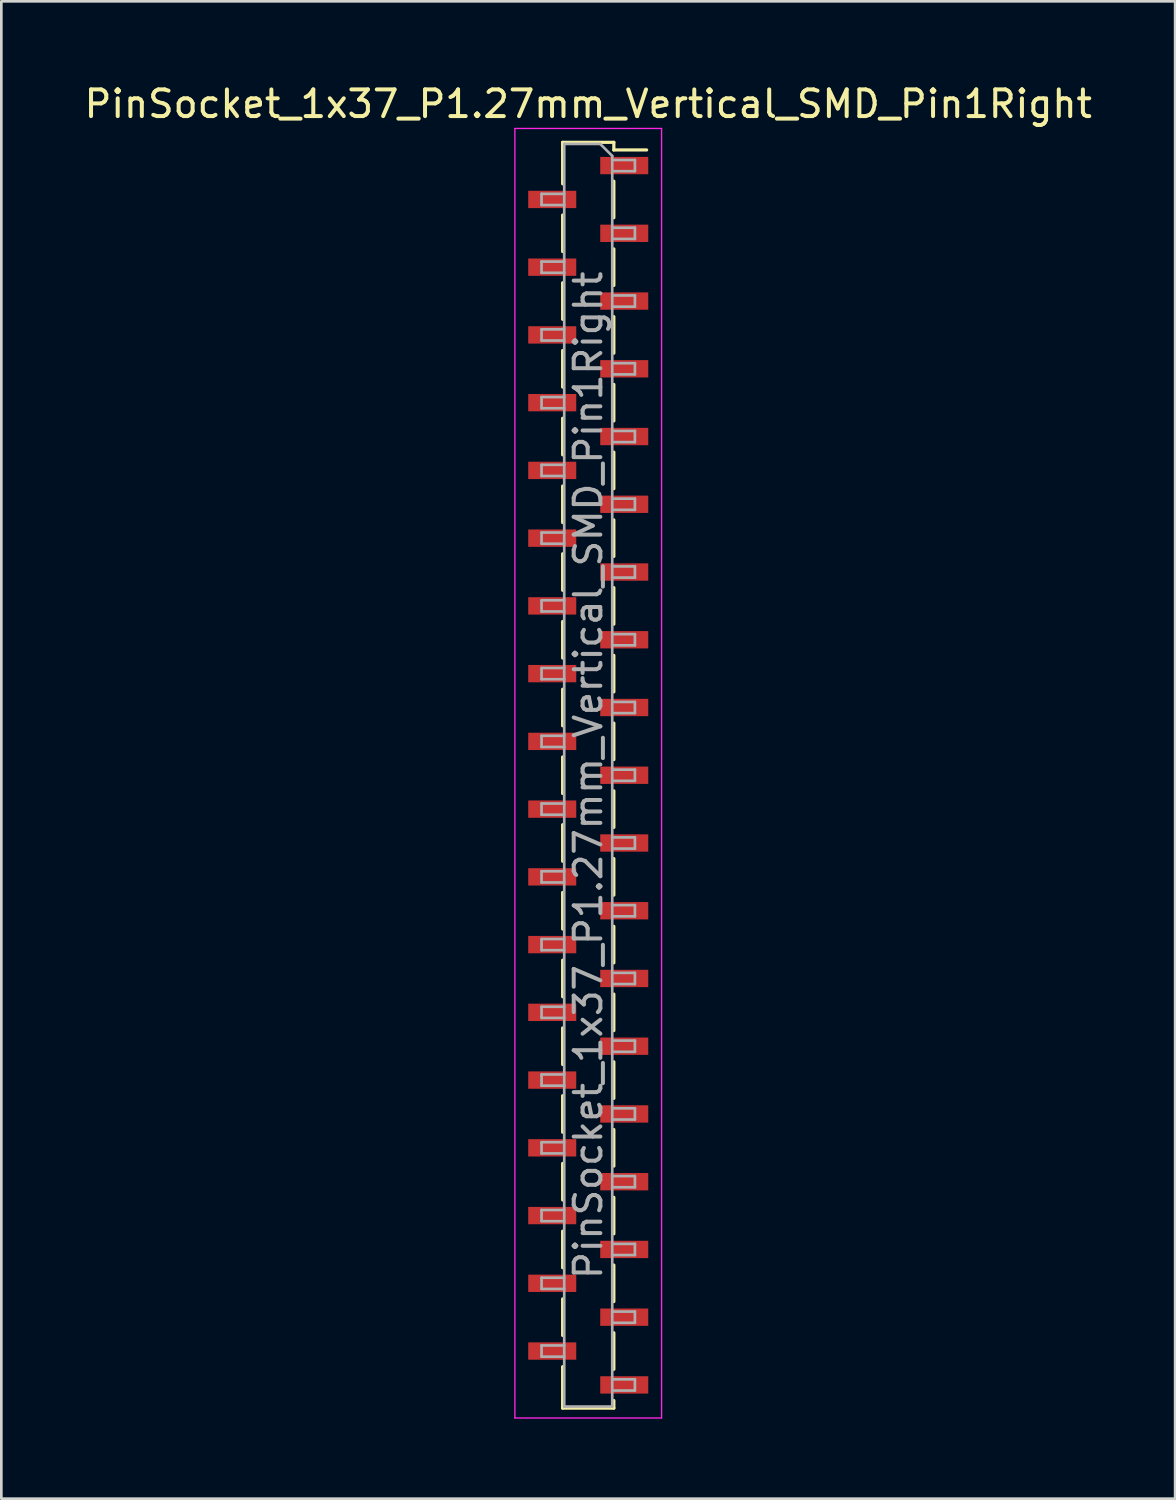
<source format=kicad_pcb>
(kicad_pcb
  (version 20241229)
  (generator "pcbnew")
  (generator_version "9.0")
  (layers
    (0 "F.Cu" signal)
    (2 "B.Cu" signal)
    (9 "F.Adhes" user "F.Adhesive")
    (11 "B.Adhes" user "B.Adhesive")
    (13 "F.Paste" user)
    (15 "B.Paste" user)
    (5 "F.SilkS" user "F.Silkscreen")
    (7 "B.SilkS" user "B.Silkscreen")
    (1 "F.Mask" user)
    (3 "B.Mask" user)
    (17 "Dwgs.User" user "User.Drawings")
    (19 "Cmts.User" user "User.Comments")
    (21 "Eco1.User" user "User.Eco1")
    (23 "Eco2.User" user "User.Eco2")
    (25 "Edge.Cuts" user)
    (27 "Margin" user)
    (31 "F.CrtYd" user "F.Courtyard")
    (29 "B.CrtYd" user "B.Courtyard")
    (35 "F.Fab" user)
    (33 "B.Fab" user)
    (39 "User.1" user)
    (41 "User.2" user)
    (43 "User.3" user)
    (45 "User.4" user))
  (footprint "PinSocket_1x37_P1.27mm_Vertical_SMD_Pin1Right"
    (layer "F.Cu")
    (at 19.006 26.018)
    (property "Reference" "PinSocket_1x37_P1.27mm_Vertical_SMD_Pin1Right" (at 0 -25.17 0) (layer "F.SilkS") (effects (font (size 1 1) (thickness 0.15))))
    (attr smd)
    (fp_line (start -0.96 -23.73) (end -0.96 -22.175) (stroke (width 0.12) (type solid)) (layer "F.SilkS"))
    (fp_line (start -0.96 -23.73) (end 0.96 -23.73) (stroke (width 0.12) (type solid)) (layer "F.SilkS"))
    (fp_line (start -0.96 -21.005) (end -0.96 -19.635) (stroke (width 0.12) (type solid)) (layer "F.SilkS"))
    (fp_line (start -0.96 -18.465) (end -0.96 -17.095) (stroke (width 0.12) (type solid)) (layer "F.SilkS"))
    (fp_line (start -0.96 -15.925) (end -0.96 -14.555) (stroke (width 0.12) (type solid)) (layer "F.SilkS"))
    (fp_line (start -0.96 -13.385) (end -0.96 -12.015) (stroke (width 0.12) (type solid)) (layer "F.SilkS"))
    (fp_line (start -0.96 -10.845) (end -0.96 -9.475) (stroke (width 0.12) (type solid)) (layer "F.SilkS"))
    (fp_line (start -0.96 -8.305) (end -0.96 -6.935) (stroke (width 0.12) (type solid)) (layer "F.SilkS"))
    (fp_line (start -0.96 -5.765) (end -0.96 -4.395) (stroke (width 0.12) (type solid)) (layer "F.SilkS"))
    (fp_line (start -0.96 -3.225) (end -0.96 -1.855) (stroke (width 0.12) (type solid)) (layer "F.SilkS"))
    (fp_line (start -0.96 -0.685) (end -0.96 0.685) (stroke (width 0.12) (type solid)) (layer "F.SilkS"))
    (fp_line (start -0.96 1.855) (end -0.96 3.225) (stroke (width 0.12) (type solid)) (layer "F.SilkS"))
    (fp_line (start -0.96 4.395) (end -0.96 5.765) (stroke (width 0.12) (type solid)) (layer "F.SilkS"))
    (fp_line (start -0.96 6.935) (end -0.96 8.305) (stroke (width 0.12) (type solid)) (layer "F.SilkS"))
    (fp_line (start -0.96 9.475) (end -0.96 10.845) (stroke (width 0.12) (type solid)) (layer "F.SilkS"))
    (fp_line (start -0.96 12.015) (end -0.96 13.385) (stroke (width 0.12) (type solid)) (layer "F.SilkS"))
    (fp_line (start -0.96 14.555) (end -0.96 15.925) (stroke (width 0.12) (type solid)) (layer "F.SilkS"))
    (fp_line (start -0.96 17.095) (end -0.96 18.465) (stroke (width 0.12) (type solid)) (layer "F.SilkS"))
    (fp_line (start -0.96 19.635) (end -0.96 21.005) (stroke (width 0.12) (type solid)) (layer "F.SilkS"))
    (fp_line (start -0.96 22.175) (end -0.96 23.73) (stroke (width 0.12) (type solid)) (layer "F.SilkS"))
    (fp_line (start -0.96 23.73) (end 0.96 23.73) (stroke (width 0.12) (type solid)) (layer "F.SilkS"))
    (fp_line (start 0.96 -23.73) (end 0.96 -23.445) (stroke (width 0.12) (type solid)) (layer "F.SilkS"))
    (fp_line (start 0.96 -23.445) (end 2.19 -23.445) (stroke (width 0.12) (type solid)) (layer "F.SilkS"))
    (fp_line (start 0.96 -22.275) (end 0.96 -20.905) (stroke (width 0.12) (type solid)) (layer "F.SilkS"))
    (fp_line (start 0.96 -19.735) (end 0.96 -18.365) (stroke (width 0.12) (type solid)) (layer "F.SilkS"))
    (fp_line (start 0.96 -17.195) (end 0.96 -15.825) (stroke (width 0.12) (type solid)) (layer "F.SilkS"))
    (fp_line (start 0.96 -14.655) (end 0.96 -13.285) (stroke (width 0.12) (type solid)) (layer "F.SilkS"))
    (fp_line (start 0.96 -12.115) (end 0.96 -10.745) (stroke (width 0.12) (type solid)) (layer "F.SilkS"))
    (fp_line (start 0.96 -9.575) (end 0.96 -8.205) (stroke (width 0.12) (type solid)) (layer "F.SilkS"))
    (fp_line (start 0.96 -7.035) (end 0.96 -5.665) (stroke (width 0.12) (type solid)) (layer "F.SilkS"))
    (fp_line (start 0.96 -4.495) (end 0.96 -3.125) (stroke (width 0.12) (type solid)) (layer "F.SilkS"))
    (fp_line (start 0.96 -1.955) (end 0.96 -0.585) (stroke (width 0.12) (type solid)) (layer "F.SilkS"))
    (fp_line (start 0.96 0.585) (end 0.96 1.955) (stroke (width 0.12) (type solid)) (layer "F.SilkS"))
    (fp_line (start 0.96 3.125) (end 0.96 4.495) (stroke (width 0.12) (type solid)) (layer "F.SilkS"))
    (fp_line (start 0.96 5.665) (end 0.96 7.035) (stroke (width 0.12) (type solid)) (layer "F.SilkS"))
    (fp_line (start 0.96 8.205) (end 0.96 9.575) (stroke (width 0.12) (type solid)) (layer "F.SilkS"))
    (fp_line (start 0.96 10.745) (end 0.96 12.115) (stroke (width 0.12) (type solid)) (layer "F.SilkS"))
    (fp_line (start 0.96 13.285) (end 0.96 14.655) (stroke (width 0.12) (type solid)) (layer "F.SilkS"))
    (fp_line (start 0.96 15.825) (end 0.96 17.195) (stroke (width 0.12) (type solid)) (layer "F.SilkS"))
    (fp_line (start 0.96 18.365) (end 0.96 19.735) (stroke (width 0.12) (type solid)) (layer "F.SilkS"))
    (fp_line (start 0.96 20.905) (end 0.96 22.275) (stroke (width 0.12) (type solid)) (layer "F.SilkS"))
    (fp_line (start 0.96 23.445) (end 0.96 23.73) (stroke (width 0.12) (type solid)) (layer "F.SilkS"))
    (fp_line (start -2.75 -24.25) (end 2.75 -24.25) (stroke (width 0.05) (type solid)) (layer "F.CrtYd"))
    (fp_line (start -2.75 24.1) (end -2.75 -24.25) (stroke (width 0.05) (type solid)) (layer "F.CrtYd"))
    (fp_line (start 2.75 -24.25) (end 2.75 24.1) (stroke (width 0.05) (type solid)) (layer "F.CrtYd"))
    (fp_line (start 2.75 24.1) (end -2.75 24.1) (stroke (width 0.05) (type solid)) (layer "F.CrtYd"))
    (fp_line (start -1.75 -21.8) (end -0.9 -21.8) (stroke (width 0.1) (type solid)) (layer "F.Fab"))
    (fp_line (start -1.75 -21.38) (end -1.75 -21.8) (stroke (width 0.1) (type solid)) (layer "F.Fab"))
    (fp_line (start -1.75 -19.26) (end -0.9 -19.26) (stroke (width 0.1) (type solid)) (layer "F.Fab"))
    (fp_line (start -1.75 -18.84) (end -1.75 -19.26) (stroke (width 0.1) (type solid)) (layer "F.Fab"))
    (fp_line (start -1.75 -16.72) (end -0.9 -16.72) (stroke (width 0.1) (type solid)) (layer "F.Fab"))
    (fp_line (start -1.75 -16.3) (end -1.75 -16.72) (stroke (width 0.1) (type solid)) (layer "F.Fab"))
    (fp_line (start -1.75 -14.18) (end -0.9 -14.18) (stroke (width 0.1) (type solid)) (layer "F.Fab"))
    (fp_line (start -1.75 -13.76) (end -1.75 -14.18) (stroke (width 0.1) (type solid)) (layer "F.Fab"))
    (fp_line (start -1.75 -11.64) (end -0.9 -11.64) (stroke (width 0.1) (type solid)) (layer "F.Fab"))
    (fp_line (start -1.75 -11.22) (end -1.75 -11.64) (stroke (width 0.1) (type solid)) (layer "F.Fab"))
    (fp_line (start -1.75 -9.1) (end -0.9 -9.1) (stroke (width 0.1) (type solid)) (layer "F.Fab"))
    (fp_line (start -1.75 -8.68) (end -1.75 -9.1) (stroke (width 0.1) (type solid)) (layer "F.Fab"))
    (fp_line (start -1.75 -6.56) (end -0.9 -6.56) (stroke (width 0.1) (type solid)) (layer "F.Fab"))
    (fp_line (start -1.75 -6.14) (end -1.75 -6.56) (stroke (width 0.1) (type solid)) (layer "F.Fab"))
    (fp_line (start -1.75 -4.02) (end -0.9 -4.02) (stroke (width 0.1) (type solid)) (layer "F.Fab"))
    (fp_line (start -1.75 -3.6) (end -1.75 -4.02) (stroke (width 0.1) (type solid)) (layer "F.Fab"))
    (fp_line (start -1.75 -1.48) (end -0.9 -1.48) (stroke (width 0.1) (type solid)) (layer "F.Fab"))
    (fp_line (start -1.75 -1.06) (end -1.75 -1.48) (stroke (width 0.1) (type solid)) (layer "F.Fab"))
    (fp_line (start -1.75 1.06) (end -0.9 1.06) (stroke (width 0.1) (type solid)) (layer "F.Fab"))
    (fp_line (start -1.75 1.48) (end -1.75 1.06) (stroke (width 0.1) (type solid)) (layer "F.Fab"))
    (fp_line (start -1.75 3.6) (end -0.9 3.6) (stroke (width 0.1) (type solid)) (layer "F.Fab"))
    (fp_line (start -1.75 4.02) (end -1.75 3.6) (stroke (width 0.1) (type solid)) (layer "F.Fab"))
    (fp_line (start -1.75 6.14) (end -0.9 6.14) (stroke (width 0.1) (type solid)) (layer "F.Fab"))
    (fp_line (start -1.75 6.56) (end -1.75 6.14) (stroke (width 0.1) (type solid)) (layer "F.Fab"))
    (fp_line (start -1.75 8.68) (end -0.9 8.68) (stroke (width 0.1) (type solid)) (layer "F.Fab"))
    (fp_line (start -1.75 9.1) (end -1.75 8.68) (stroke (width 0.1) (type solid)) (layer "F.Fab"))
    (fp_line (start -1.75 11.22) (end -0.9 11.22) (stroke (width 0.1) (type solid)) (layer "F.Fab"))
    (fp_line (start -1.75 11.64) (end -1.75 11.22) (stroke (width 0.1) (type solid)) (layer "F.Fab"))
    (fp_line (start -1.75 13.76) (end -0.9 13.76) (stroke (width 0.1) (type solid)) (layer "F.Fab"))
    (fp_line (start -1.75 14.18) (end -1.75 13.76) (stroke (width 0.1) (type solid)) (layer "F.Fab"))
    (fp_line (start -1.75 16.3) (end -0.9 16.3) (stroke (width 0.1) (type solid)) (layer "F.Fab"))
    (fp_line (start -1.75 16.72) (end -1.75 16.3) (stroke (width 0.1) (type solid)) (layer "F.Fab"))
    (fp_line (start -1.75 18.84) (end -0.9 18.84) (stroke (width 0.1) (type solid)) (layer "F.Fab"))
    (fp_line (start -1.75 19.26) (end -1.75 18.84) (stroke (width 0.1) (type solid)) (layer "F.Fab"))
    (fp_line (start -1.75 21.38) (end -0.9 21.38) (stroke (width 0.1) (type solid)) (layer "F.Fab"))
    (fp_line (start -1.75 21.8) (end -1.75 21.38) (stroke (width 0.1) (type solid)) (layer "F.Fab"))
    (fp_line (start -0.9 -23.67) (end 0.45 -23.67) (stroke (width 0.1) (type solid)) (layer "F.Fab"))
    (fp_line (start -0.9 -21.38) (end -1.75 -21.38) (stroke (width 0.1) (type solid)) (layer "F.Fab"))
    (fp_line (start -0.9 -18.84) (end -1.75 -18.84) (stroke (width 0.1) (type solid)) (layer "F.Fab"))
    (fp_line (start -0.9 -16.3) (end -1.75 -16.3) (stroke (width 0.1) (type solid)) (layer "F.Fab"))
    (fp_line (start -0.9 -13.76) (end -1.75 -13.76) (stroke (width 0.1) (type solid)) (layer "F.Fab"))
    (fp_line (start -0.9 -11.22) (end -1.75 -11.22) (stroke (width 0.1) (type solid)) (layer "F.Fab"))
    (fp_line (start -0.9 -8.68) (end -1.75 -8.68) (stroke (width 0.1) (type solid)) (layer "F.Fab"))
    (fp_line (start -0.9 -6.14) (end -1.75 -6.14) (stroke (width 0.1) (type solid)) (layer "F.Fab"))
    (fp_line (start -0.9 -3.6) (end -1.75 -3.6) (stroke (width 0.1) (type solid)) (layer "F.Fab"))
    (fp_line (start -0.9 -1.06) (end -1.75 -1.06) (stroke (width 0.1) (type solid)) (layer "F.Fab"))
    (fp_line (start -0.9 1.48) (end -1.75 1.48) (stroke (width 0.1) (type solid)) (layer "F.Fab"))
    (fp_line (start -0.9 4.02) (end -1.75 4.02) (stroke (width 0.1) (type solid)) (layer "F.Fab"))
    (fp_line (start -0.9 6.56) (end -1.75 6.56) (stroke (width 0.1) (type solid)) (layer "F.Fab"))
    (fp_line (start -0.9 9.1) (end -1.75 9.1) (stroke (width 0.1) (type solid)) (layer "F.Fab"))
    (fp_line (start -0.9 11.64) (end -1.75 11.64) (stroke (width 0.1) (type solid)) (layer "F.Fab"))
    (fp_line (start -0.9 14.18) (end -1.75 14.18) (stroke (width 0.1) (type solid)) (layer "F.Fab"))
    (fp_line (start -0.9 16.72) (end -1.75 16.72) (stroke (width 0.1) (type solid)) (layer "F.Fab"))
    (fp_line (start -0.9 19.26) (end -1.75 19.26) (stroke (width 0.1) (type solid)) (layer "F.Fab"))
    (fp_line (start -0.9 21.8) (end -1.75 21.8) (stroke (width 0.1) (type solid)) (layer "F.Fab"))
    (fp_line (start -0.9 23.67) (end -0.9 -23.67) (stroke (width 0.1) (type solid)) (layer "F.Fab"))
    (fp_line (start 0.45 -23.67) (end 0.9 -23.22) (stroke (width 0.1) (type solid)) (layer "F.Fab"))
    (fp_line (start 0.9 -23.22) (end 0.9 23.67) (stroke (width 0.1) (type solid)) (layer "F.Fab"))
    (fp_line (start 0.9 -23.07) (end 1.75 -23.07) (stroke (width 0.1) (type solid)) (layer "F.Fab"))
    (fp_line (start 0.9 -20.53) (end 1.75 -20.53) (stroke (width 0.1) (type solid)) (layer "F.Fab"))
    (fp_line (start 0.9 -17.99) (end 1.75 -17.99) (stroke (width 0.1) (type solid)) (layer "F.Fab"))
    (fp_line (start 0.9 -15.45) (end 1.75 -15.45) (stroke (width 0.1) (type solid)) (layer "F.Fab"))
    (fp_line (start 0.9 -12.91) (end 1.75 -12.91) (stroke (width 0.1) (type solid)) (layer "F.Fab"))
    (fp_line (start 0.9 -10.37) (end 1.75 -10.37) (stroke (width 0.1) (type solid)) (layer "F.Fab"))
    (fp_line (start 0.9 -7.83) (end 1.75 -7.83) (stroke (width 0.1) (type solid)) (layer "F.Fab"))
    (fp_line (start 0.9 -5.29) (end 1.75 -5.29) (stroke (width 0.1) (type solid)) (layer "F.Fab"))
    (fp_line (start 0.9 -2.75) (end 1.75 -2.75) (stroke (width 0.1) (type solid)) (layer "F.Fab"))
    (fp_line (start 0.9 -0.21) (end 1.75 -0.21) (stroke (width 0.1) (type solid)) (layer "F.Fab"))
    (fp_line (start 0.9 2.33) (end 1.75 2.33) (stroke (width 0.1) (type solid)) (layer "F.Fab"))
    (fp_line (start 0.9 4.87) (end 1.75 4.87) (stroke (width 0.1) (type solid)) (layer "F.Fab"))
    (fp_line (start 0.9 7.41) (end 1.75 7.41) (stroke (width 0.1) (type solid)) (layer "F.Fab"))
    (fp_line (start 0.9 9.95) (end 1.75 9.95) (stroke (width 0.1) (type solid)) (layer "F.Fab"))
    (fp_line (start 0.9 12.49) (end 1.75 12.49) (stroke (width 0.1) (type solid)) (layer "F.Fab"))
    (fp_line (start 0.9 15.03) (end 1.75 15.03) (stroke (width 0.1) (type solid)) (layer "F.Fab"))
    (fp_line (start 0.9 17.57) (end 1.75 17.57) (stroke (width 0.1) (type solid)) (layer "F.Fab"))
    (fp_line (start 0.9 20.11) (end 1.75 20.11) (stroke (width 0.1) (type solid)) (layer "F.Fab"))
    (fp_line (start 0.9 22.65) (end 1.75 22.65) (stroke (width 0.1) (type solid)) (layer "F.Fab"))
    (fp_line (start 0.9 23.67) (end -0.9 23.67) (stroke (width 0.1) (type solid)) (layer "F.Fab"))
    (fp_line (start 1.75 -23.07) (end 1.75 -22.65) (stroke (width 0.1) (type solid)) (layer "F.Fab"))
    (fp_line (start 1.75 -22.65) (end 0.9 -22.65) (stroke (width 0.1) (type solid)) (layer "F.Fab"))
    (fp_line (start 1.75 -20.53) (end 1.75 -20.11) (stroke (width 0.1) (type solid)) (layer "F.Fab"))
    (fp_line (start 1.75 -20.11) (end 0.9 -20.11) (stroke (width 0.1) (type solid)) (layer "F.Fab"))
    (fp_line (start 1.75 -17.99) (end 1.75 -17.57) (stroke (width 0.1) (type solid)) (layer "F.Fab"))
    (fp_line (start 1.75 -17.57) (end 0.9 -17.57) (stroke (width 0.1) (type solid)) (layer "F.Fab"))
    (fp_line (start 1.75 -15.45) (end 1.75 -15.03) (stroke (width 0.1) (type solid)) (layer "F.Fab"))
    (fp_line (start 1.75 -15.03) (end 0.9 -15.03) (stroke (width 0.1) (type solid)) (layer "F.Fab"))
    (fp_line (start 1.75 -12.91) (end 1.75 -12.49) (stroke (width 0.1) (type solid)) (layer "F.Fab"))
    (fp_line (start 1.75 -12.49) (end 0.9 -12.49) (stroke (width 0.1) (type solid)) (layer "F.Fab"))
    (fp_line (start 1.75 -10.37) (end 1.75 -9.95) (stroke (width 0.1) (type solid)) (layer "F.Fab"))
    (fp_line (start 1.75 -9.95) (end 0.9 -9.95) (stroke (width 0.1) (type solid)) (layer "F.Fab"))
    (fp_line (start 1.75 -7.83) (end 1.75 -7.41) (stroke (width 0.1) (type solid)) (layer "F.Fab"))
    (fp_line (start 1.75 -7.41) (end 0.9 -7.41) (stroke (width 0.1) (type solid)) (layer "F.Fab"))
    (fp_line (start 1.75 -5.29) (end 1.75 -4.87) (stroke (width 0.1) (type solid)) (layer "F.Fab"))
    (fp_line (start 1.75 -4.87) (end 0.9 -4.87) (stroke (width 0.1) (type solid)) (layer "F.Fab"))
    (fp_line (start 1.75 -2.75) (end 1.75 -2.33) (stroke (width 0.1) (type solid)) (layer "F.Fab"))
    (fp_line (start 1.75 -2.33) (end 0.9 -2.33) (stroke (width 0.1) (type solid)) (layer "F.Fab"))
    (fp_line (start 1.75 -0.21) (end 1.75 0.21) (stroke (width 0.1) (type solid)) (layer "F.Fab"))
    (fp_line (start 1.75 0.21) (end 0.9 0.21) (stroke (width 0.1) (type solid)) (layer "F.Fab"))
    (fp_line (start 1.75 2.33) (end 1.75 2.75) (stroke (width 0.1) (type solid)) (layer "F.Fab"))
    (fp_line (start 1.75 2.75) (end 0.9 2.75) (stroke (width 0.1) (type solid)) (layer "F.Fab"))
    (fp_line (start 1.75 4.87) (end 1.75 5.29) (stroke (width 0.1) (type solid)) (layer "F.Fab"))
    (fp_line (start 1.75 5.29) (end 0.9 5.29) (stroke (width 0.1) (type solid)) (layer "F.Fab"))
    (fp_line (start 1.75 7.41) (end 1.75 7.83) (stroke (width 0.1) (type solid)) (layer "F.Fab"))
    (fp_line (start 1.75 7.83) (end 0.9 7.83) (stroke (width 0.1) (type solid)) (layer "F.Fab"))
    (fp_line (start 1.75 9.95) (end 1.75 10.37) (stroke (width 0.1) (type solid)) (layer "F.Fab"))
    (fp_line (start 1.75 10.37) (end 0.9 10.37) (stroke (width 0.1) (type solid)) (layer "F.Fab"))
    (fp_line (start 1.75 12.49) (end 1.75 12.91) (stroke (width 0.1) (type solid)) (layer "F.Fab"))
    (fp_line (start 1.75 12.91) (end 0.9 12.91) (stroke (width 0.1) (type solid)) (layer "F.Fab"))
    (fp_line (start 1.75 15.03) (end 1.75 15.45) (stroke (width 0.1) (type solid)) (layer "F.Fab"))
    (fp_line (start 1.75 15.45) (end 0.9 15.45) (stroke (width 0.1) (type solid)) (layer "F.Fab"))
    (fp_line (start 1.75 17.57) (end 1.75 17.99) (stroke (width 0.1) (type solid)) (layer "F.Fab"))
    (fp_line (start 1.75 17.99) (end 0.9 17.99) (stroke (width 0.1) (type solid)) (layer "F.Fab"))
    (fp_line (start 1.75 20.11) (end 1.75 20.53) (stroke (width 0.1) (type solid)) (layer "F.Fab"))
    (fp_line (start 1.75 20.53) (end 0.9 20.53) (stroke (width 0.1) (type solid)) (layer "F.Fab"))
    (fp_line (start 1.75 22.65) (end 1.75 23.07) (stroke (width 0.1) (type solid)) (layer "F.Fab"))
    (fp_line (start 1.75 23.07) (end 0.9 23.07) (stroke (width 0.1) (type solid)) (layer "F.Fab"))
    (fp_text user "${REFERENCE}" (at 0 0 90) (layer "F.Fab") (effects (font (size 1 1) (thickness 0.15))))
    (pad "1" smd rect (at 1.35 -22.86) (size 1.8 0.65) (layers "F.Cu" "F.Mask" "F.Paste"))
    (pad "2" smd rect (at -1.35 -21.59) (size 1.8 0.65) (layers "F.Cu" "F.Mask" "F.Paste"))
    (pad "3" smd rect (at 1.35 -20.32) (size 1.8 0.65) (layers "F.Cu" "F.Mask" "F.Paste"))
    (pad "4" smd rect (at -1.35 -19.05) (size 1.8 0.65) (layers "F.Cu" "F.Mask" "F.Paste"))
    (pad "5" smd rect (at 1.35 -17.78) (size 1.8 0.65) (layers "F.Cu" "F.Mask" "F.Paste"))
    (pad "6" smd rect (at -1.35 -16.51) (size 1.8 0.65) (layers "F.Cu" "F.Mask" "F.Paste"))
    (pad "7" smd rect (at 1.35 -15.24) (size 1.8 0.65) (layers "F.Cu" "F.Mask" "F.Paste"))
    (pad "8" smd rect (at -1.35 -13.97) (size 1.8 0.65) (layers "F.Cu" "F.Mask" "F.Paste"))
    (pad "9" smd rect (at 1.35 -12.7) (size 1.8 0.65) (layers "F.Cu" "F.Mask" "F.Paste"))
    (pad "10" smd rect (at -1.35 -11.43) (size 1.8 0.65) (layers "F.Cu" "F.Mask" "F.Paste"))
    (pad "11" smd rect (at 1.35 -10.16) (size 1.8 0.65) (layers "F.Cu" "F.Mask" "F.Paste"))
    (pad "12" smd rect (at -1.35 -8.89) (size 1.8 0.65) (layers "F.Cu" "F.Mask" "F.Paste"))
    (pad "13" smd rect (at 1.35 -7.62) (size 1.8 0.65) (layers "F.Cu" "F.Mask" "F.Paste"))
    (pad "14" smd rect (at -1.35 -6.35) (size 1.8 0.65) (layers "F.Cu" "F.Mask" "F.Paste"))
    (pad "15" smd rect (at 1.35 -5.08) (size 1.8 0.65) (layers "F.Cu" "F.Mask" "F.Paste"))
    (pad "16" smd rect (at -1.35 -3.81) (size 1.8 0.65) (layers "F.Cu" "F.Mask" "F.Paste"))
    (pad "17" smd rect (at 1.35 -2.54) (size 1.8 0.65) (layers "F.Cu" "F.Mask" "F.Paste"))
    (pad "18" smd rect (at -1.35 -1.27) (size 1.8 0.65) (layers "F.Cu" "F.Mask" "F.Paste"))
    (pad "19" smd rect (at 1.35 0) (size 1.8 0.65) (layers "F.Cu" "F.Mask" "F.Paste"))
    (pad "20" smd rect (at -1.35 1.27) (size 1.8 0.65) (layers "F.Cu" "F.Mask" "F.Paste"))
    (pad "21" smd rect (at 1.35 2.54) (size 1.8 0.65) (layers "F.Cu" "F.Mask" "F.Paste"))
    (pad "22" smd rect (at -1.35 3.81) (size 1.8 0.65) (layers "F.Cu" "F.Mask" "F.Paste"))
    (pad "23" smd rect (at 1.35 5.08) (size 1.8 0.65) (layers "F.Cu" "F.Mask" "F.Paste"))
    (pad "24" smd rect (at -1.35 6.35) (size 1.8 0.65) (layers "F.Cu" "F.Mask" "F.Paste"))
    (pad "25" smd rect (at 1.35 7.62) (size 1.8 0.65) (layers "F.Cu" "F.Mask" "F.Paste"))
    (pad "26" smd rect (at -1.35 8.89) (size 1.8 0.65) (layers "F.Cu" "F.Mask" "F.Paste"))
    (pad "27" smd rect (at 1.35 10.16) (size 1.8 0.65) (layers "F.Cu" "F.Mask" "F.Paste"))
    (pad "28" smd rect (at -1.35 11.43) (size 1.8 0.65) (layers "F.Cu" "F.Mask" "F.Paste"))
    (pad "29" smd rect (at 1.35 12.7) (size 1.8 0.65) (layers "F.Cu" "F.Mask" "F.Paste"))
    (pad "30" smd rect (at -1.35 13.97) (size 1.8 0.65) (layers "F.Cu" "F.Mask" "F.Paste"))
    (pad "31" smd rect (at 1.35 15.24) (size 1.8 0.65) (layers "F.Cu" "F.Mask" "F.Paste"))
    (pad "32" smd rect (at -1.35 16.51) (size 1.8 0.65) (layers "F.Cu" "F.Mask" "F.Paste"))
    (pad "33" smd rect (at 1.35 17.78) (size 1.8 0.65) (layers "F.Cu" "F.Mask" "F.Paste"))
    (pad "34" smd rect (at -1.35 19.05) (size 1.8 0.65) (layers "F.Cu" "F.Mask" "F.Paste"))
    (pad "35" smd rect (at 1.35 20.32) (size 1.8 0.65) (layers "F.Cu" "F.Mask" "F.Paste"))
    (pad "36" smd rect (at -1.35 21.59) (size 1.8 0.65) (layers "F.Cu" "F.Mask" "F.Paste"))
    (pad "37" smd rect (at 1.35 22.86) (size 1.8 0.65) (layers "F.Cu" "F.Mask" "F.Paste")))
  (gr_rect
    (start -3 -3)
    (end 41.012 53.143)
    (stroke (width 0.1) (type default))
    (fill no)
    (layer "Edge.Cuts")))
</source>
